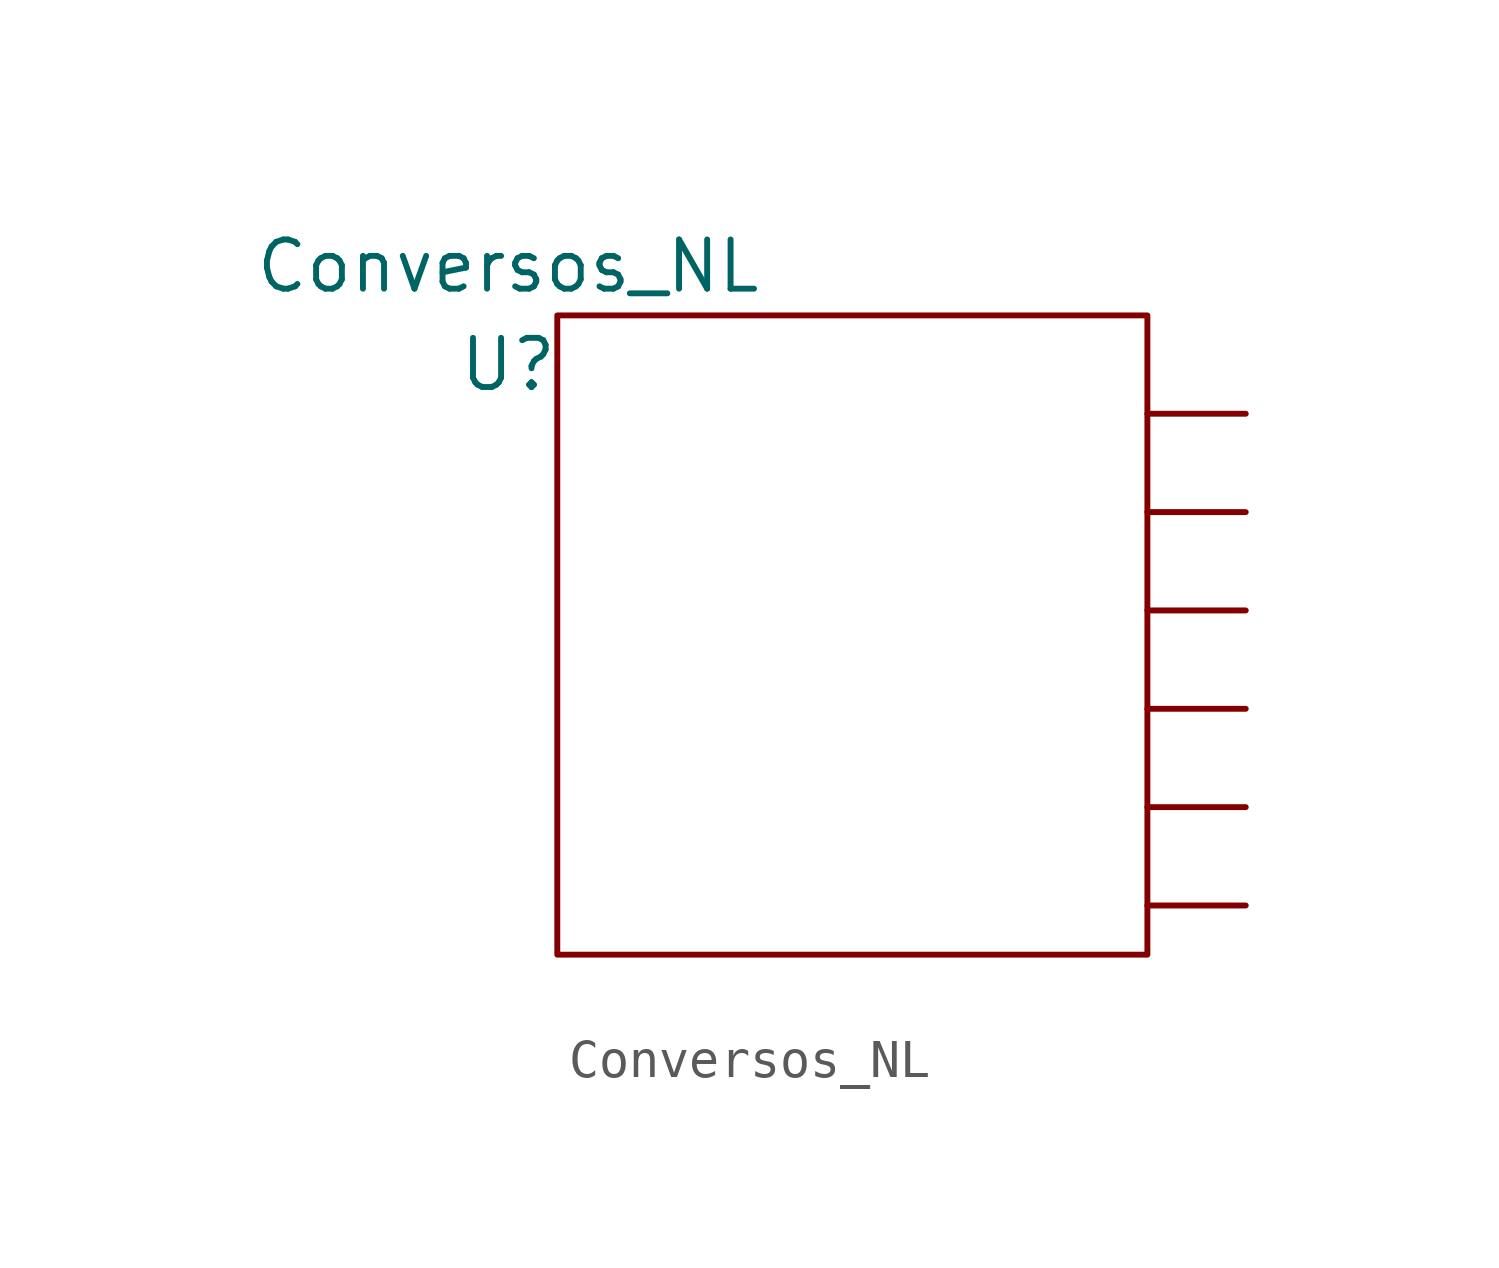
<source format=kicad_sym>
(kicad_symbol_lib
  (version 20211014)
  (generator kicad_symbol_editor)
  (symbol "Conversos_NL"
    (property "Reference" "U"
      (at -1.27 -1.27 0)
      (effects (font (size 1.27 1.27))))
    (property "Value" "Conversos_NL"
      (at -1.27 1.27 0)
      (effects (font (size 1.27 1.27))))
    (symbol "Conversos_NL_0_1"
      (rectangle (start 0 0) (end 15.24 -16.51) (stroke (width 0) (type default) (color 0 0 0 0)) (fill (type none))))
    (symbol "Conversos_NL_1_1"
      (pin bidirectional line (at 15.24 -15.24 0) (length 2.54) (name "" (effects (font (size 1.27 1.27)))) (number "" (effects (font (size 1.27 1.27)))))
      (pin bidirectional line (at 15.24 -12.7 0) (length 2.54) (name "" (effects (font (size 1.27 1.27)))) (number "" (effects (font (size 1.27 1.27)))))
      (pin bidirectional line (at 15.24 -10.16 0) (length 2.54) (name "" (effects (font (size 1.27 1.27)))) (number "" (effects (font (size 1.27 1.27)))))
      (pin bidirectional line (at 15.24 -7.62 0) (length 2.54) (name "" (effects (font (size 1.27 1.27)))) (number "" (effects (font (size 1.27 1.27)))))
      (pin bidirectional line (at 15.24 -5.08 0) (length 2.54) (name "" (effects (font (size 1.27 1.27)))) (number "" (effects (font (size 1.27 1.27)))))
      (pin bidirectional line (at 15.24 -2.54 0) (length 2.54) (name "" (effects (font (size 1.27 1.27)))) (number "" (effects (font (size 1.27 1.27))))))))
</source>
